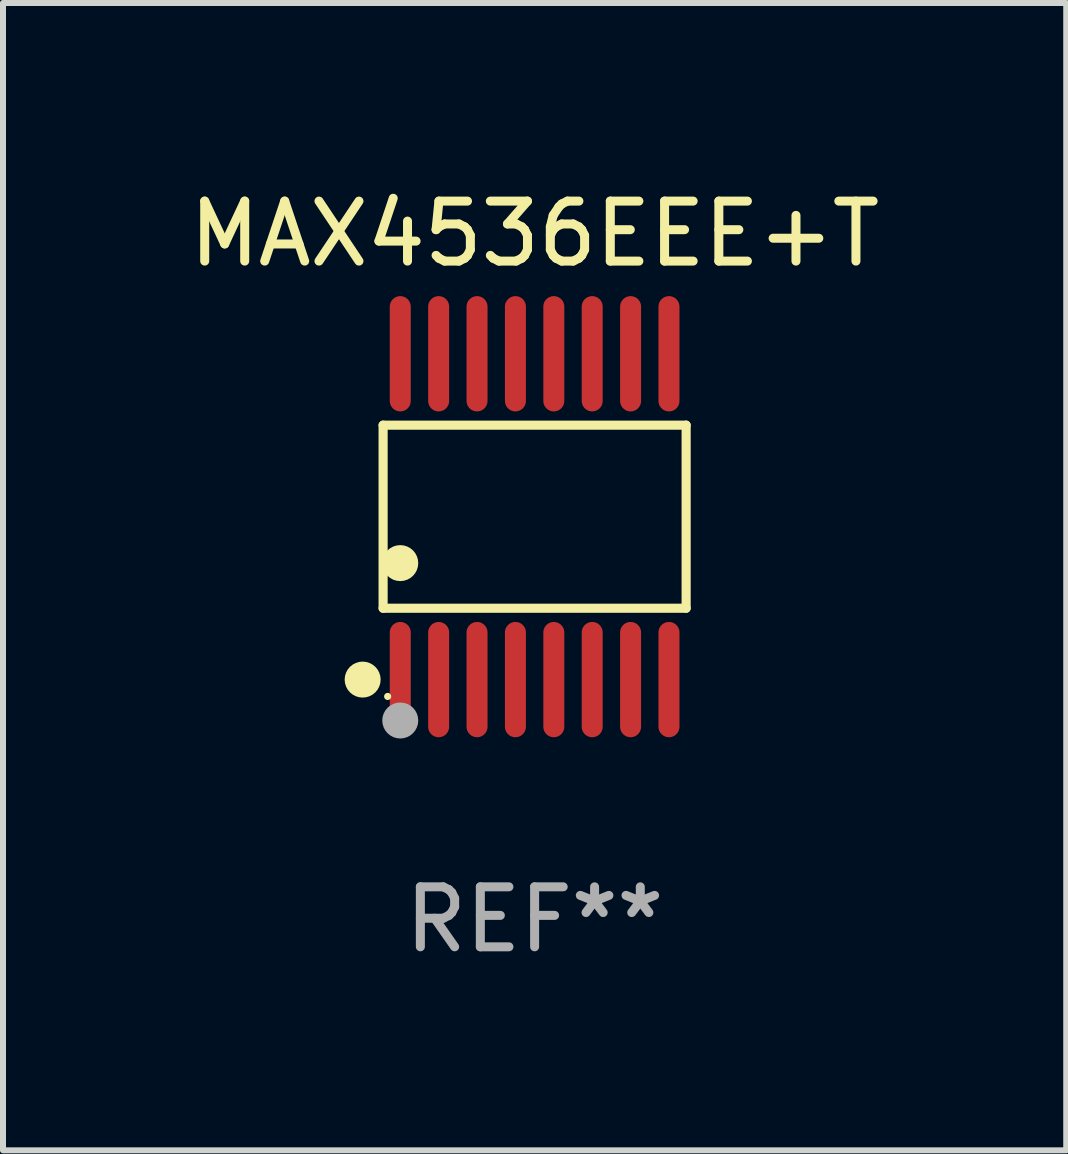
<source format=kicad_pcb>
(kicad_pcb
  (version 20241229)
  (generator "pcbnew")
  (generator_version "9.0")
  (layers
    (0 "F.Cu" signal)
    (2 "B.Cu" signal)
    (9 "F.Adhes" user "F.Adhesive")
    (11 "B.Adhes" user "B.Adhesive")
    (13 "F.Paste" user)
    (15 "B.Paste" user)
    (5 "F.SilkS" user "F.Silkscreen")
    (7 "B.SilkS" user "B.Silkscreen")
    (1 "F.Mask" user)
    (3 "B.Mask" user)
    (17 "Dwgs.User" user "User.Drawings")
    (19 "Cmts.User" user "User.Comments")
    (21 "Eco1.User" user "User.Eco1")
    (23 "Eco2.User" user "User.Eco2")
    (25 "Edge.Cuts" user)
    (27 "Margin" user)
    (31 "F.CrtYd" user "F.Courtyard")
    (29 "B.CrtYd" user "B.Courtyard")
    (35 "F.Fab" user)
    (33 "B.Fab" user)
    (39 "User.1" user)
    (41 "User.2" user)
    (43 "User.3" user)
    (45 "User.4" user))
  (footprint "MAX4536EEE+T"
    (layer "F.Cu")
    (at 5.863 5.564)
    (property "Reference" "MAX4536EEE+T" (at 0 -4.716 0) (layer "F.SilkS") (effects (font (size 1 1) (thickness 0.15))))
    (attr through_hole)
    (fp_line (start -2.526 -1.526) (end 2.526 -1.526) (stroke (width 0.152) (type solid)) (layer "F.SilkS"))
    (fp_line (start -2.526 1.526) (end -2.526 -1.526) (stroke (width 0.152) (type solid)) (layer "F.SilkS"))
    (fp_line (start 2.526 -1.526) (end 2.526 1.526) (stroke (width 0.152) (type solid)) (layer "F.SilkS"))
    (fp_line (start 2.526 1.526) (end -2.526 1.526) (stroke (width 0.152) (type solid)) (layer "F.SilkS"))
    (fp_circle (center -2.867 2.716) (end -2.717 2.716) (stroke (width 0.3) (type solid)) (fill no) (layer "F.SilkS"))
    (fp_circle (center -2.45 2.997) (end -2.42 2.997) (stroke (width 0.06) (type solid)) (fill no) (layer "F.SilkS"))
    (fp_circle (center -2.24 0.774) (end -2.09 0.774) (stroke (width 0.3) (type solid)) (fill no) (layer "F.SilkS"))
    (fp_circle (center -2.24 3.398) (end -2.09 3.398) (stroke (width 0.3) (type solid)) (fill no) (layer "F.Fab"))
    (fp_text user "REF**" (at 0 6.716 0) (layer "F.Fab") (effects (font (size 1 1) (thickness 0.15))))
    (pad "1" smd oval (at -2.24 2.716) (size 0.35 1.922) (layers "F.Cu" "F.Mask" "F.Paste"))
    (pad "2" smd oval (at -1.6 2.716) (size 0.35 1.922) (layers "F.Cu" "F.Mask" "F.Paste"))
    (pad "3" smd oval (at -0.96 2.716) (size 0.35 1.922) (layers "F.Cu" "F.Mask" "F.Paste"))
    (pad "4" smd oval (at -0.32 2.716) (size 0.35 1.922) (layers "F.Cu" "F.Mask" "F.Paste"))
    (pad "5" smd oval (at 0.32 2.716) (size 0.35 1.922) (layers "F.Cu" "F.Mask" "F.Paste"))
    (pad "6" smd oval (at 0.96 2.716) (size 0.35 1.922) (layers "F.Cu" "F.Mask" "F.Paste"))
    (pad "7" smd oval (at 1.6 2.716) (size 0.35 1.922) (layers "F.Cu" "F.Mask" "F.Paste"))
    (pad "8" smd oval (at 2.24 2.716) (size 0.35 1.922) (layers "F.Cu" "F.Mask" "F.Paste"))
    (pad "9" smd oval (at 2.24 -2.716) (size 0.35 1.922) (layers "F.Cu" "F.Mask" "F.Paste"))
    (pad "10" smd oval (at 1.6 -2.716) (size 0.35 1.922) (layers "F.Cu" "F.Mask" "F.Paste"))
    (pad "11" smd oval (at 0.96 -2.716) (size 0.35 1.922) (layers "F.Cu" "F.Mask" "F.Paste"))
    (pad "12" smd oval (at 0.32 -2.716) (size 0.35 1.922) (layers "F.Cu" "F.Mask" "F.Paste"))
    (pad "13" smd oval (at -0.32 -2.716) (size 0.35 1.922) (layers "F.Cu" "F.Mask" "F.Paste"))
    (pad "14" smd oval (at -0.96 -2.716) (size 0.35 1.922) (layers "F.Cu" "F.Mask" "F.Paste"))
    (pad "15" smd oval (at -1.6 -2.716) (size 0.35 1.922) (layers "F.Cu" "F.Mask" "F.Paste"))
    (pad "16" smd oval (at -2.24 -2.716) (size 0.35 1.922) (layers "F.Cu" "F.Mask" "F.Paste")))
  (gr_rect
    (start -3 -3)
    (end 14.726 16.128)
    (stroke (width 0.1) (type default))
    (fill no)
    (layer "Edge.Cuts")))
</source>
